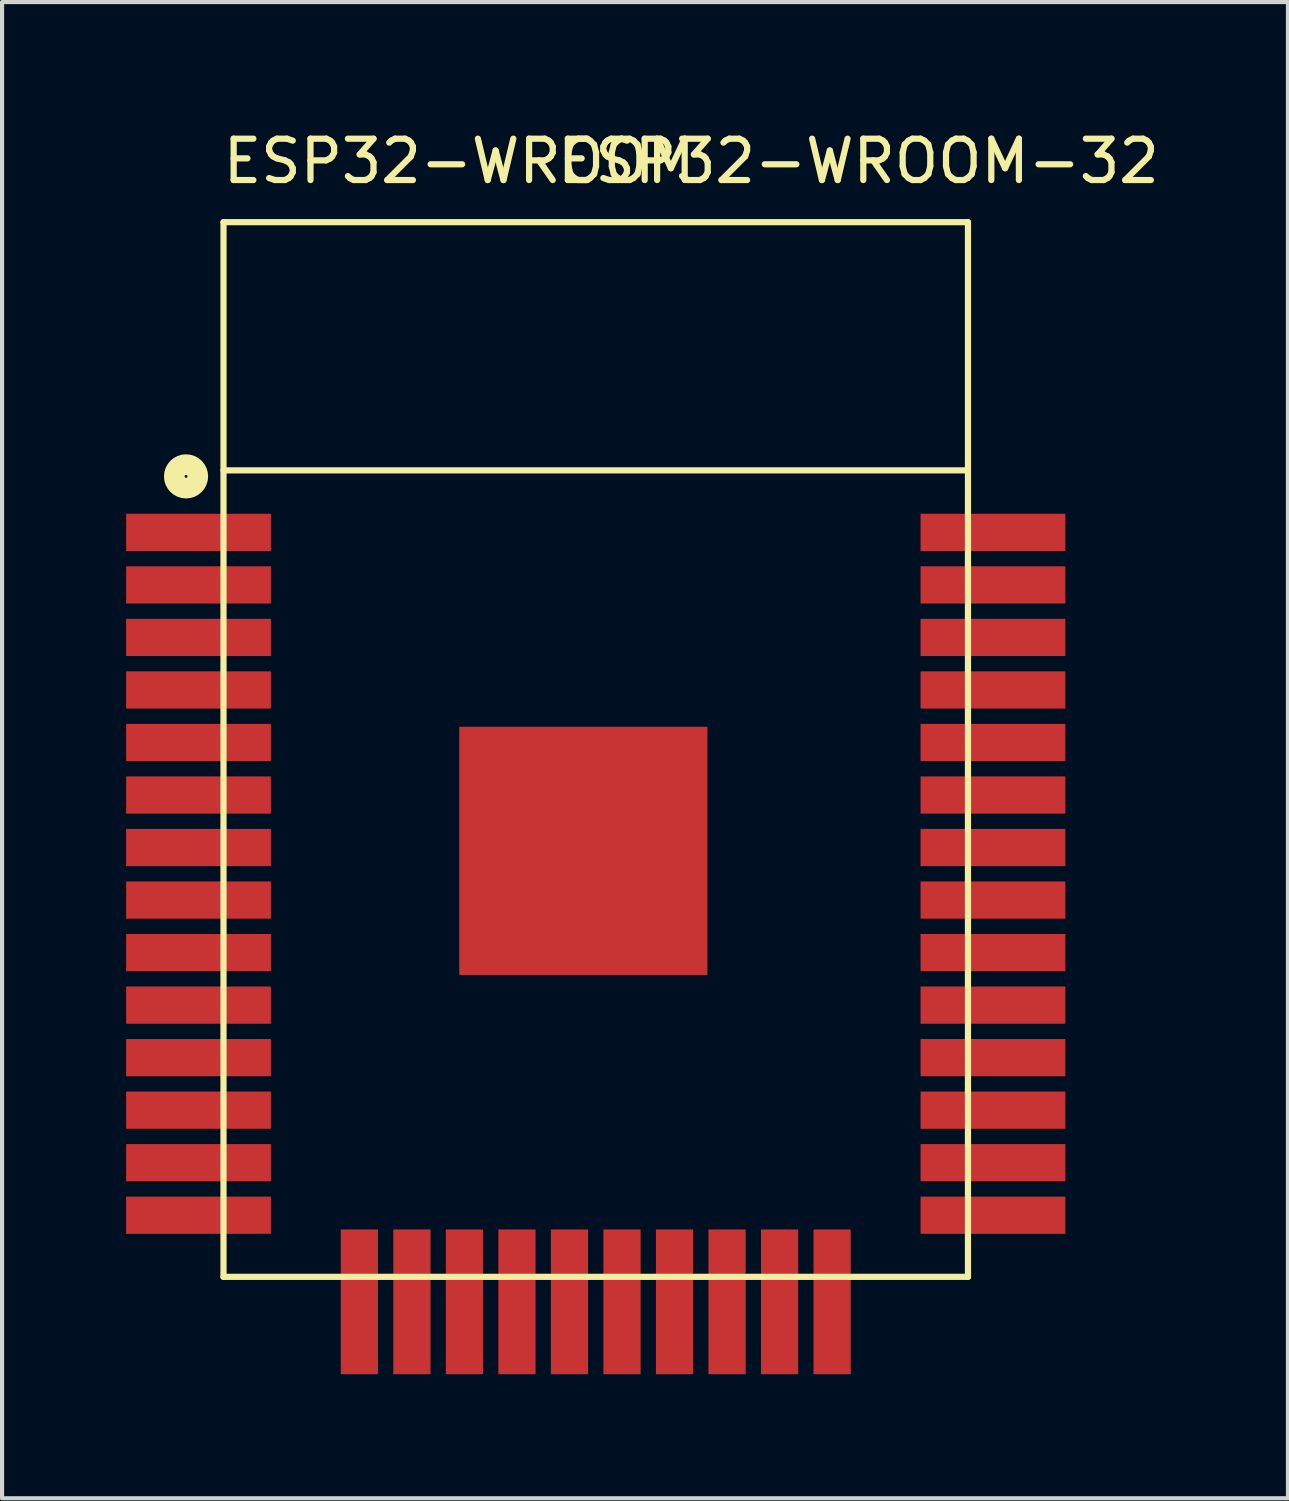
<source format=kicad_pcb>
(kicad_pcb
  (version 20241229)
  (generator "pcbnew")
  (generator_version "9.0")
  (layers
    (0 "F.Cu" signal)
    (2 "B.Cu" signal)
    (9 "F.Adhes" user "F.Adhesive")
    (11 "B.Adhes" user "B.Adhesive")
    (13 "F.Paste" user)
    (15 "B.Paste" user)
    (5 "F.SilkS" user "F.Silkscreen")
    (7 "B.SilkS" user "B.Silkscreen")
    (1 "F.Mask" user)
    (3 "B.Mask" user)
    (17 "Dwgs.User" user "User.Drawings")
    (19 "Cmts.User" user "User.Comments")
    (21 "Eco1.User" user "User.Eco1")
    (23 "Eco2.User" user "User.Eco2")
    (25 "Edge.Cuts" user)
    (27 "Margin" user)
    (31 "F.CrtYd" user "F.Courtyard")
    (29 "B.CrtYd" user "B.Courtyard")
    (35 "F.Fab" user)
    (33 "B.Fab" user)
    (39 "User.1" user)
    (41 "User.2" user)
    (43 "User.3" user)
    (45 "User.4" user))
  (footprint "ESP32-WROOM-32"
    (layer "F.Cu")
    (at 11.1 18.12)
    (property "Reference" "ESP32-WROOM-32" (at 6.604 -17.272 180) (layer "F.SilkS") (effects (font (size 1 1) (thickness 0.15))))
    (attr through_hole)
    (fp_line (start -8.746 -15.798) (end -8.746 9.702) (stroke (width 0.15) (type solid)) (layer "F.SilkS"))
    (fp_line (start 9.254 -15.798) (end -8.746 -15.798) (stroke (width 0.15) (type solid)) (layer "F.SilkS"))
    (fp_line (start 9.254 -15.798) (end 9.254 9.702) (stroke (width 0.15) (type solid)) (layer "F.SilkS"))
    (fp_line (start 9.254 -9.798) (end -8.746 -9.798) (stroke (width 0.15) (type solid)) (layer "F.SilkS"))
    (fp_line (start 9.254 9.702) (end -8.746 9.702) (stroke (width 0.15) (type solid)) (layer "F.SilkS"))
    (fp_circle (center -9.652 -9.652) (end -9.779 -9.906) (stroke (width 0.5) (type solid)) (fill no) (layer "F.SilkS"))
    (fp_text user "ESP32-WROOM" (at -3.048 -17.272 0) (layer "F.SilkS") (effects (font (size 1 1) (thickness 0.15))))
    (pad "1" smd rect (at -9.35 -8.298 180) (size 3.5 0.9) (layers "F.Cu" "F.Mask" "F.Paste"))
    (pad "2" smd rect (at -9.35 -7.028 180) (size 3.5 0.9) (layers "F.Cu" "F.Mask" "F.Paste"))
    (pad "3" smd rect (at -9.35 -5.758 180) (size 3.5 0.9) (layers "F.Cu" "F.Mask" "F.Paste"))
    (pad "4" smd rect (at -9.35 -4.488 180) (size 3.5 0.9) (layers "F.Cu" "F.Mask" "F.Paste"))
    (pad "5" smd rect (at -9.35 -3.218 180) (size 3.5 0.9) (layers "F.Cu" "F.Mask" "F.Paste"))
    (pad "6" smd rect (at -9.35 -1.948 180) (size 3.5 0.9) (layers "F.Cu" "F.Mask" "F.Paste"))
    (pad "7" smd rect (at -9.35 -0.678 180) (size 3.5 0.9) (layers "F.Cu" "F.Mask" "F.Paste"))
    (pad "8" smd rect (at -9.35 0.592 180) (size 3.5 0.9) (layers "F.Cu" "F.Mask" "F.Paste"))
    (pad "9" smd rect (at -9.35 1.862 180) (size 3.5 0.9) (layers "F.Cu" "F.Mask" "F.Paste"))
    (pad "10" smd rect (at -9.35 3.132 180) (size 3.5 0.9) (layers "F.Cu" "F.Mask" "F.Paste"))
    (pad "11" smd rect (at -9.35 4.402 180) (size 3.5 0.9) (layers "F.Cu" "F.Mask" "F.Paste"))
    (pad "12" smd rect (at -9.35 5.672 180) (size 3.5 0.9) (layers "F.Cu" "F.Mask" "F.Paste"))
    (pad "13" smd rect (at -9.35 6.942 180) (size 3.5 0.9) (layers "F.Cu" "F.Mask" "F.Paste"))
    (pad "14" smd rect (at -9.35 8.212 180) (size 3.5 0.9) (layers "F.Cu" "F.Mask" "F.Paste"))
    (pad "15" smd rect (at -5.461 10.306 180) (size 0.9 3.5) (layers "F.Cu" "F.Mask" "F.Paste"))
    (pad "16" smd rect (at -4.191 10.306 180) (size 0.9 3.5) (layers "F.Cu" "F.Mask" "F.Paste"))
    (pad "17" smd rect (at -2.921 10.306 180) (size 0.9 3.5) (layers "F.Cu" "F.Mask" "F.Paste"))
    (pad "18" smd rect (at -1.651 10.306 180) (size 0.9 3.5) (layers "F.Cu" "F.Mask" "F.Paste"))
    (pad "19" smd rect (at -0.381 10.306 180) (size 0.9 3.5) (layers "F.Cu" "F.Mask" "F.Paste"))
    (pad "20" smd rect (at 0.889 10.306 180) (size 0.9 3.5) (layers "F.Cu" "F.Mask" "F.Paste"))
    (pad "21" smd rect (at 2.159 10.306 180) (size 0.9 3.5) (layers "F.Cu" "F.Mask" "F.Paste"))
    (pad "22" smd rect (at 3.429 10.306 180) (size 0.9 3.5) (layers "F.Cu" "F.Mask" "F.Paste"))
    (pad "23" smd rect (at 4.699 10.306 180) (size 0.9 3.5) (layers "F.Cu" "F.Mask" "F.Paste"))
    (pad "24" smd rect (at 5.969 10.306 180) (size 0.9 3.5) (layers "F.Cu" "F.Mask" "F.Paste"))
    (pad "25" smd rect (at 9.858 8.212 180) (size 3.5 0.9) (layers "F.Cu" "F.Mask" "F.Paste"))
    (pad "26" smd rect (at 9.858 6.942 180) (size 3.5 0.9) (layers "F.Cu" "F.Mask" "F.Paste"))
    (pad "27" smd rect (at 9.858 5.672 180) (size 3.5 0.9) (layers "F.Cu" "F.Mask" "F.Paste"))
    (pad "28" smd rect (at 9.858 4.402 180) (size 3.5 0.9) (layers "F.Cu" "F.Mask" "F.Paste"))
    (pad "29" smd rect (at 9.858 3.132 180) (size 3.5 0.9) (layers "F.Cu" "F.Mask" "F.Paste"))
    (pad "30" smd rect (at 9.858 1.862 180) (size 3.5 0.9) (layers "F.Cu" "F.Mask" "F.Paste"))
    (pad "31" smd rect (at 9.858 0.592 180) (size 3.5 0.9) (layers "F.Cu" "F.Mask" "F.Paste"))
    (pad "32" smd rect (at 9.858 -0.678 180) (size 3.5 0.9) (layers "F.Cu" "F.Mask" "F.Paste"))
    (pad "33" smd rect (at 9.858 -1.948 180) (size 3.5 0.9) (layers "F.Cu" "F.Mask" "F.Paste"))
    (pad "34" smd rect (at 9.858 -3.218 180) (size 3.5 0.9) (layers "F.Cu" "F.Mask" "F.Paste"))
    (pad "35" smd rect (at 9.858 -4.488 180) (size 3.5 0.9) (layers "F.Cu" "F.Mask" "F.Paste"))
    (pad "36" smd rect (at 9.858 -5.758 180) (size 3.5 0.9) (layers "F.Cu" "F.Mask" "F.Paste"))
    (pad "37" smd rect (at 9.858 -7.028 180) (size 3.5 0.9) (layers "F.Cu" "F.Mask" "F.Paste"))
    (pad "38" smd rect (at 9.858 -8.298 180) (size 3.5 0.9) (layers "F.Cu" "F.Mask" "F.Paste"))
    (pad "39" smd rect (at -0.046 -0.598 180) (size 6 6) (layers "F.Cu" "F.Mask" "F.Paste")))
  (gr_rect
    (start -3 -3)
    (end 28.091 33.176)
    (stroke (width 0.1) (type default))
    (fill no)
    (layer "Edge.Cuts")))
</source>
